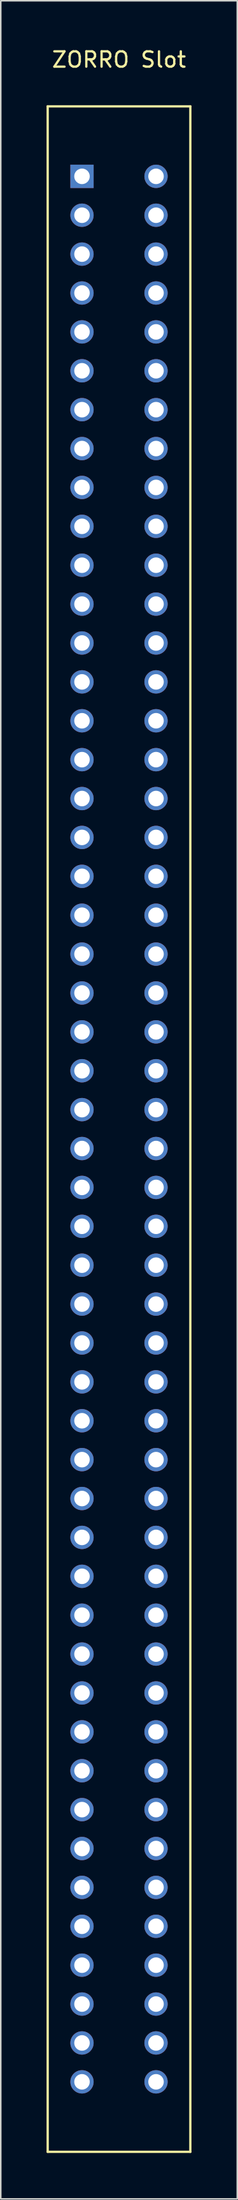
<source format=kicad_pcb>
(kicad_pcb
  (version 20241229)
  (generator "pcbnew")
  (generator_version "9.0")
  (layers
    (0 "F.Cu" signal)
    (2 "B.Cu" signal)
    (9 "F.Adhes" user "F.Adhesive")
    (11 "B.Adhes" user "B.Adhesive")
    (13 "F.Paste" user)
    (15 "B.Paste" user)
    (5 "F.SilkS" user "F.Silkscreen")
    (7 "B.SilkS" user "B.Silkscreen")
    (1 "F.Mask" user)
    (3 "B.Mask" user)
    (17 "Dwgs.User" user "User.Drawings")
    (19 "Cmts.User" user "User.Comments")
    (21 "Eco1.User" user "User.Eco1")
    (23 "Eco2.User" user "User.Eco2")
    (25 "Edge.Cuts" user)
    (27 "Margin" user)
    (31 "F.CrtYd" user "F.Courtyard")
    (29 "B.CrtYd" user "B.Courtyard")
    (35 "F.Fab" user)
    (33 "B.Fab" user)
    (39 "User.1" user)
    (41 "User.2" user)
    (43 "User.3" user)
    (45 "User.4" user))
  (footprint "ZORRO Slot"
    (layer "F.Cu")
    (at 2.323 8.468)
    (property "Reference" "ZORRO Slot" (at 2.426 -7.62 0) (layer "F.SilkS") (effects (font (size 1 1) (thickness 0.15))))
    (attr through_hole)
    (fp_line (start -2.248 -4.572) (end -2.248 129.032) (stroke (width 0.15) (type solid)) (layer "F.SilkS"))
    (fp_line (start -2.248 -4.572) (end 7.099 -4.572) (stroke (width 0.15) (type solid)) (layer "F.SilkS"))
    (fp_line (start -2.248 129.032) (end 7.099 129.032) (stroke (width 0.15) (type solid)) (layer "F.SilkS"))
    (fp_line (start 7.099 -4.572) (end 7.099 129.032) (stroke (width 0.15) (type solid)) (layer "F.SilkS"))
    (pad "1" thru_hole rect (at 0 0) (size 1.524 1.524) (drill 1.016) (layers "*.Cu" "*.Mask"))
    (pad "2" thru_hole circle (at 4.851 0) (size 1.524 1.524) (drill 1.016) (layers "*.Cu" "*.Mask"))
    (pad "3" thru_hole circle (at 0 2.54) (size 1.524 1.524) (drill 1.016) (layers "*.Cu" "*.Mask"))
    (pad "4" thru_hole circle (at 4.851 2.54) (size 1.524 1.524) (drill 1.016) (layers "*.Cu" "*.Mask"))
    (pad "5" thru_hole circle (at 0 5.08) (size 1.524 1.524) (drill 1.016) (layers "*.Cu" "*.Mask"))
    (pad "6" thru_hole circle (at 4.851 5.08) (size 1.524 1.524) (drill 1.016) (layers "*.Cu" "*.Mask"))
    (pad "7" thru_hole circle (at 0 7.62) (size 1.524 1.524) (drill 1.016) (layers "*.Cu" "*.Mask"))
    (pad "8" thru_hole circle (at 4.851 7.62) (size 1.524 1.524) (drill 1.016) (layers "*.Cu" "*.Mask"))
    (pad "9" thru_hole circle (at 0 10.16) (size 1.524 1.524) (drill 1.016) (layers "*.Cu" "*.Mask"))
    (pad "10" thru_hole circle (at 4.851 10.16) (size 1.524 1.524) (drill 1.016) (layers "*.Cu" "*.Mask"))
    (pad "11" thru_hole circle (at 0 12.7) (size 1.524 1.524) (drill 1.016) (layers "*.Cu" "*.Mask"))
    (pad "12" thru_hole circle (at 4.851 12.7) (size 1.524 1.524) (drill 1.016) (layers "*.Cu" "*.Mask"))
    (pad "13" thru_hole circle (at 0 15.24) (size 1.524 1.524) (drill 1.016) (layers "*.Cu" "*.Mask"))
    (pad "14" thru_hole circle (at 4.851 15.24) (size 1.524 1.524) (drill 1.016) (layers "*.Cu" "*.Mask"))
    (pad "15" thru_hole circle (at 0 17.78) (size 1.524 1.524) (drill 1.016) (layers "*.Cu" "*.Mask"))
    (pad "16" thru_hole circle (at 4.851 17.78) (size 1.524 1.524) (drill 1.016) (layers "*.Cu" "*.Mask"))
    (pad "17" thru_hole circle (at 0 20.32) (size 1.524 1.524) (drill 1.016) (layers "*.Cu" "*.Mask"))
    (pad "18" thru_hole circle (at 4.851 20.32) (size 1.524 1.524) (drill 1.016) (layers "*.Cu" "*.Mask"))
    (pad "19" thru_hole circle (at 0 22.86) (size 1.524 1.524) (drill 1.016) (layers "*.Cu" "*.Mask"))
    (pad "20" thru_hole circle (at 4.851 22.86) (size 1.524 1.524) (drill 1.016) (layers "*.Cu" "*.Mask"))
    (pad "21" thru_hole circle (at 0 25.4) (size 1.524 1.524) (drill 1.016) (layers "*.Cu" "*.Mask"))
    (pad "22" thru_hole circle (at 4.851 25.4) (size 1.524 1.524) (drill 1.016) (layers "*.Cu" "*.Mask"))
    (pad "23" thru_hole circle (at 0 27.94) (size 1.524 1.524) (drill 1.016) (layers "*.Cu" "*.Mask"))
    (pad "24" thru_hole circle (at 4.851 27.94) (size 1.524 1.524) (drill 1.016) (layers "*.Cu" "*.Mask"))
    (pad "25" thru_hole circle (at 0 30.48) (size 1.524 1.524) (drill 1.016) (layers "*.Cu" "*.Mask"))
    (pad "26" thru_hole circle (at 4.851 30.48) (size 1.524 1.524) (drill 1.016) (layers "*.Cu" "*.Mask"))
    (pad "27" thru_hole circle (at 0 33.02) (size 1.524 1.524) (drill 1.016) (layers "*.Cu" "*.Mask"))
    (pad "28" thru_hole circle (at 4.851 33.02) (size 1.524 1.524) (drill 1.016) (layers "*.Cu" "*.Mask"))
    (pad "29" thru_hole circle (at 0 35.56) (size 1.524 1.524) (drill 1.016) (layers "*.Cu" "*.Mask"))
    (pad "30" thru_hole circle (at 4.851 35.56) (size 1.524 1.524) (drill 1.016) (layers "*.Cu" "*.Mask"))
    (pad "31" thru_hole circle (at 0 38.1) (size 1.524 1.524) (drill 1.016) (layers "*.Cu" "*.Mask"))
    (pad "32" thru_hole circle (at 4.851 38.1) (size 1.524 1.524) (drill 1.016) (layers "*.Cu" "*.Mask"))
    (pad "33" thru_hole circle (at 0 40.64) (size 1.524 1.524) (drill 1.016) (layers "*.Cu" "*.Mask"))
    (pad "34" thru_hole circle (at 4.851 40.64) (size 1.524 1.524) (drill 1.016) (layers "*.Cu" "*.Mask"))
    (pad "35" thru_hole circle (at 0 43.18) (size 1.524 1.524) (drill 1.016) (layers "*.Cu" "*.Mask"))
    (pad "36" thru_hole circle (at 4.851 43.18) (size 1.524 1.524) (drill 1.016) (layers "*.Cu" "*.Mask"))
    (pad "37" thru_hole circle (at 0 45.72) (size 1.524 1.524) (drill 1.016) (layers "*.Cu" "*.Mask"))
    (pad "38" thru_hole circle (at 4.851 45.72) (size 1.524 1.524) (drill 1.016) (layers "*.Cu" "*.Mask"))
    (pad "39" thru_hole circle (at 0 48.26) (size 1.524 1.524) (drill 1.016) (layers "*.Cu" "*.Mask"))
    (pad "40" thru_hole circle (at 4.851 48.26) (size 1.524 1.524) (drill 1.016) (layers "*.Cu" "*.Mask"))
    (pad "41" thru_hole circle (at 0 50.8) (size 1.524 1.524) (drill 1.016) (layers "*.Cu" "*.Mask"))
    (pad "42" thru_hole circle (at 4.851 50.8) (size 1.524 1.524) (drill 1.016) (layers "*.Cu" "*.Mask"))
    (pad "43" thru_hole circle (at 0 53.34) (size 1.524 1.524) (drill 1.016) (layers "*.Cu" "*.Mask"))
    (pad "44" thru_hole circle (at 4.851 53.34) (size 1.524 1.524) (drill 1.016) (layers "*.Cu" "*.Mask"))
    (pad "45" thru_hole circle (at 0 55.88) (size 1.524 1.524) (drill 1.016) (layers "*.Cu" "*.Mask"))
    (pad "46" thru_hole circle (at 4.851 55.88) (size 1.524 1.524) (drill 1.016) (layers "*.Cu" "*.Mask"))
    (pad "47" thru_hole circle (at 0 58.42) (size 1.524 1.524) (drill 1.016) (layers "*.Cu" "*.Mask"))
    (pad "48" thru_hole circle (at 4.851 58.42) (size 1.524 1.524) (drill 1.016) (layers "*.Cu" "*.Mask"))
    (pad "49" thru_hole circle (at 0 60.96) (size 1.524 1.524) (drill 1.016) (layers "*.Cu" "*.Mask"))
    (pad "50" thru_hole circle (at 4.851 60.96) (size 1.524 1.524) (drill 1.016) (layers "*.Cu" "*.Mask"))
    (pad "51" thru_hole circle (at 0 63.5) (size 1.524 1.524) (drill 1.016) (layers "*.Cu" "*.Mask"))
    (pad "52" thru_hole circle (at 4.851 63.5) (size 1.524 1.524) (drill 1.016) (layers "*.Cu" "*.Mask"))
    (pad "53" thru_hole circle (at 0 66.04) (size 1.524 1.524) (drill 1.016) (layers "*.Cu" "*.Mask"))
    (pad "54" thru_hole circle (at 4.851 66.04) (size 1.524 1.524) (drill 1.016) (layers "*.Cu" "*.Mask"))
    (pad "55" thru_hole circle (at 0 68.58) (size 1.524 1.524) (drill 1.016) (layers "*.Cu" "*.Mask"))
    (pad "56" thru_hole circle (at 4.851 68.58) (size 1.524 1.524) (drill 1.016) (layers "*.Cu" "*.Mask"))
    (pad "57" thru_hole circle (at 0 71.12) (size 1.524 1.524) (drill 1.016) (layers "*.Cu" "*.Mask"))
    (pad "58" thru_hole circle (at 4.851 71.12) (size 1.524 1.524) (drill 1.016) (layers "*.Cu" "*.Mask"))
    (pad "59" thru_hole circle (at 0 73.66) (size 1.524 1.524) (drill 1.016) (layers "*.Cu" "*.Mask"))
    (pad "60" thru_hole circle (at 4.851 73.66) (size 1.524 1.524) (drill 1.016) (layers "*.Cu" "*.Mask"))
    (pad "61" thru_hole circle (at 0 76.2) (size 1.524 1.524) (drill 1.016) (layers "*.Cu" "*.Mask"))
    (pad "62" thru_hole circle (at 4.851 76.2) (size 1.524 1.524) (drill 1.016) (layers "*.Cu" "*.Mask"))
    (pad "63" thru_hole circle (at 0 78.74) (size 1.524 1.524) (drill 1.016) (layers "*.Cu" "*.Mask"))
    (pad "64" thru_hole circle (at 4.851 78.74) (size 1.524 1.524) (drill 1.016) (layers "*.Cu" "*.Mask"))
    (pad "65" thru_hole circle (at 0 81.28) (size 1.524 1.524) (drill 1.016) (layers "*.Cu" "*.Mask"))
    (pad "66" thru_hole circle (at 4.851 81.28) (size 1.524 1.524) (drill 1.016) (layers "*.Cu" "*.Mask"))
    (pad "67" thru_hole circle (at 0 83.82) (size 1.524 1.524) (drill 1.016) (layers "*.Cu" "*.Mask"))
    (pad "68" thru_hole circle (at 4.851 83.82) (size 1.524 1.524) (drill 1.016) (layers "*.Cu" "*.Mask"))
    (pad "69" thru_hole circle (at 0 86.36) (size 1.524 1.524) (drill 1.016) (layers "*.Cu" "*.Mask"))
    (pad "70" thru_hole circle (at 4.851 86.36) (size 1.524 1.524) (drill 1.016) (layers "*.Cu" "*.Mask"))
    (pad "71" thru_hole circle (at 0 88.9) (size 1.524 1.524) (drill 1.016) (layers "*.Cu" "*.Mask"))
    (pad "72" thru_hole circle (at 4.851 88.9) (size 1.524 1.524) (drill 1.016) (layers "*.Cu" "*.Mask"))
    (pad "73" thru_hole circle (at 0 91.44) (size 1.524 1.524) (drill 1.016) (layers "*.Cu" "*.Mask"))
    (pad "74" thru_hole circle (at 4.851 91.44) (size 1.524 1.524) (drill 1.016) (layers "*.Cu" "*.Mask"))
    (pad "75" thru_hole circle (at 0 93.98) (size 1.524 1.524) (drill 1.016) (layers "*.Cu" "*.Mask"))
    (pad "76" thru_hole circle (at 4.851 93.98) (size 1.524 1.524) (drill 1.016) (layers "*.Cu" "*.Mask"))
    (pad "77" thru_hole circle (at 0 96.52) (size 1.524 1.524) (drill 1.016) (layers "*.Cu" "*.Mask"))
    (pad "78" thru_hole circle (at 4.851 96.52) (size 1.524 1.524) (drill 1.016) (layers "*.Cu" "*.Mask"))
    (pad "79" thru_hole circle (at 0 99.06) (size 1.524 1.524) (drill 1.016) (layers "*.Cu" "*.Mask"))
    (pad "80" thru_hole circle (at 4.851 99.06) (size 1.524 1.524) (drill 1.016) (layers "*.Cu" "*.Mask"))
    (pad "81" thru_hole circle (at 0 101.6) (size 1.524 1.524) (drill 1.016) (layers "*.Cu" "*.Mask"))
    (pad "82" thru_hole circle (at 4.851 101.6) (size 1.524 1.524) (drill 1.016) (layers "*.Cu" "*.Mask"))
    (pad "83" thru_hole circle (at 0 104.14) (size 1.524 1.524) (drill 1.016) (layers "*.Cu" "*.Mask"))
    (pad "84" thru_hole circle (at 4.851 104.14) (size 1.524 1.524) (drill 1.016) (layers "*.Cu" "*.Mask"))
    (pad "85" thru_hole circle (at 0 106.68) (size 1.524 1.524) (drill 1.016) (layers "*.Cu" "*.Mask"))
    (pad "86" thru_hole circle (at 4.851 106.68) (size 1.524 1.524) (drill 1.016) (layers "*.Cu" "*.Mask"))
    (pad "87" thru_hole circle (at 0 109.22) (size 1.524 1.524) (drill 1.016) (layers "*.Cu" "*.Mask"))
    (pad "88" thru_hole circle (at 4.851 109.22) (size 1.524 1.524) (drill 1.016) (layers "*.Cu" "*.Mask"))
    (pad "89" thru_hole circle (at 0 111.76) (size 1.524 1.524) (drill 1.016) (layers "*.Cu" "*.Mask"))
    (pad "90" thru_hole circle (at 4.851 111.76) (size 1.524 1.524) (drill 1.016) (layers "*.Cu" "*.Mask"))
    (pad "91" thru_hole circle (at 0 114.3) (size 1.524 1.524) (drill 1.016) (layers "*.Cu" "*.Mask"))
    (pad "92" thru_hole circle (at 4.851 114.3) (size 1.524 1.524) (drill 1.016) (layers "*.Cu" "*.Mask"))
    (pad "93" thru_hole circle (at 0 116.84) (size 1.524 1.524) (drill 1.016) (layers "*.Cu" "*.Mask"))
    (pad "94" thru_hole circle (at 4.851 116.84) (size 1.524 1.524) (drill 1.016) (layers "*.Cu" "*.Mask"))
    (pad "95" thru_hole circle (at 0 119.38) (size 1.524 1.524) (drill 1.016) (layers "*.Cu" "*.Mask"))
    (pad "96" thru_hole circle (at 4.851 119.38) (size 1.524 1.524) (drill 1.016) (layers "*.Cu" "*.Mask"))
    (pad "97" thru_hole circle (at 0 121.92) (size 1.524 1.524) (drill 1.016) (layers "*.Cu" "*.Mask"))
    (pad "98" thru_hole circle (at 4.851 121.92) (size 1.524 1.524) (drill 1.016) (layers "*.Cu" "*.Mask"))
    (pad "99" thru_hole circle (at 0 124.46) (size 1.524 1.524) (drill 1.016) (layers "*.Cu" "*.Mask"))
    (pad "100" thru_hole circle (at 4.851 124.46) (size 1.524 1.524) (drill 1.016) (layers "*.Cu" "*.Mask")))
  (gr_rect
    (start -3 -3)
    (end 12.497 140.575)
    (stroke (width 0.1) (type default))
    (fill no)
    (layer "Edge.Cuts")))
</source>
